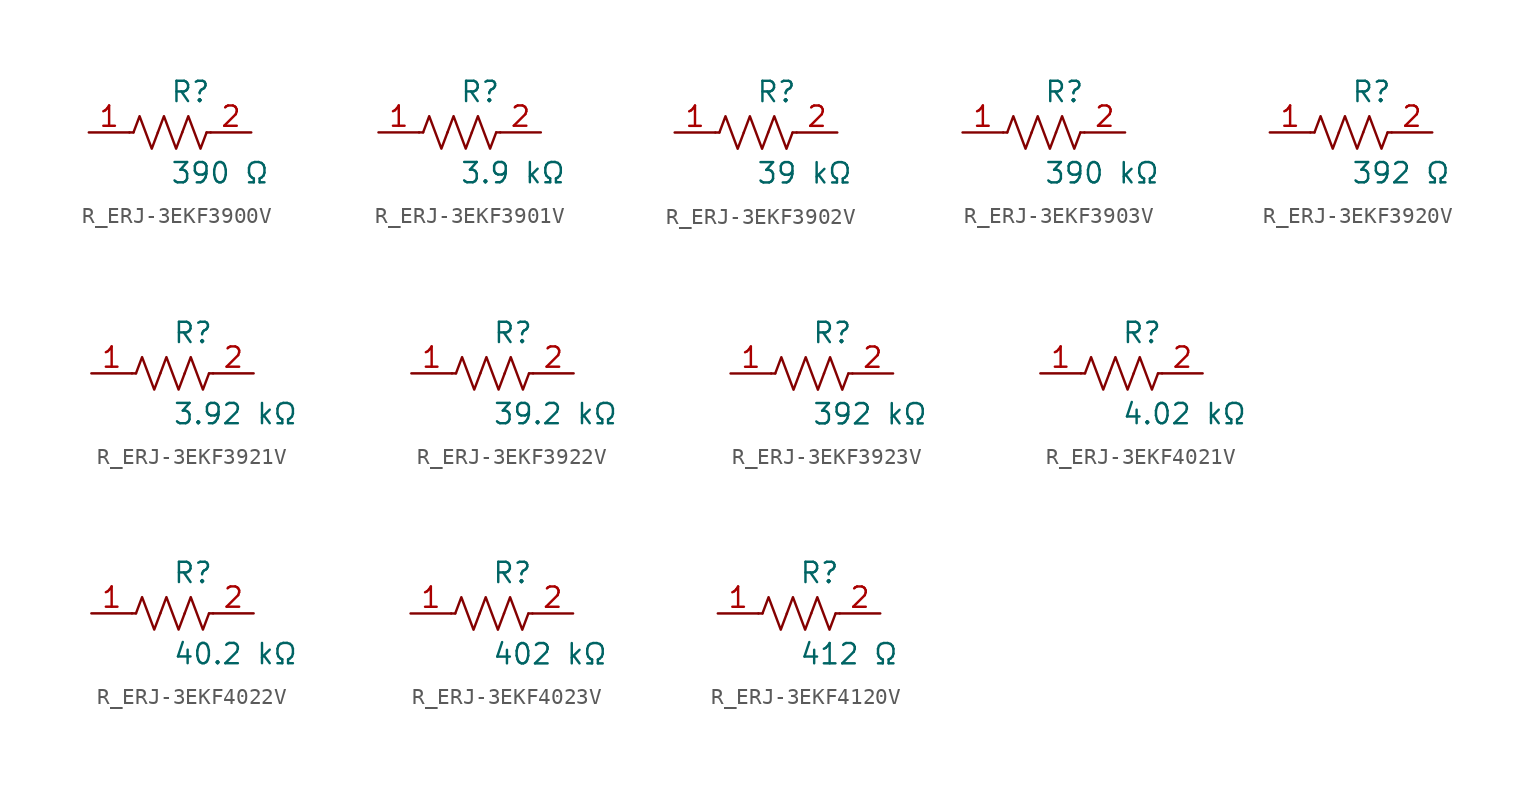
<source format=kicad_sym>
(kicad_symbol_lib
  (version 20231120)
  (generator kicad_symbol_editor)
  (generator_version 8.0)
  (symbol "R_ERJ-3EKF3900V"
    (pin_names
      (offset 0.254))
    (property "Reference" "R"
      (at 0.0 2.54 0)
      (effects (font (size 1.27 1.27)) (justify left)))
    (property "Value" "390 Ω"
      (at 0.0 -2.54 0)
      (effects (font (size 1.27 1.27)) (justify left)))
    (symbol "R_ERJ-3EKF3900V_0_1"
      (polyline (pts (xy 2.286 0) (xy 2.54 0)) (stroke (width 0) (type default)) (fill (type none)))
      (polyline (pts (xy -2.286 0) (xy -2.54 0)) (stroke (width 0) (type default)) (fill (type none)))
      (polyline (pts (xy 0.762 0) (xy 1.143 1.016) (xy 1.524 0) (xy 1.905 -1.016) (xy 2.286 0)) (stroke (width 0) (type default)) (fill (type none)))
      (polyline (pts (xy -0.762 0) (xy -0.381 1.016) (xy 0 0) (xy 0.381 -1.016) (xy 0.762 0)) (stroke (width 0) (type default)) (fill (type none)))
      (polyline (pts (xy -2.286 0) (xy -1.905 1.016) (xy -1.524 0) (xy -1.143 -1.016) (xy -0.762 0)) (stroke (width 0) (type default)) (fill (type none))))
    (pin unspecified line
      (at -5.08 0 0)
      (length 2.54)
      (name "" (effects (font (size 1.27 1.27))))
      (number "1" (effects (font (size 1.27 1.27)))))
    (pin unspecified line
      (at 5.08 0 180)
      (length 2.54)
      (name "" (effects (font (size 1.27 1.27))))
      (number "2" (effects (font (size 1.27 1.27))))))
  (symbol "R_ERJ-3EKF3901V"
    (pin_names
      (offset 0.254))
    (property "Reference" "R"
      (at 0.0 2.54 0)
      (effects (font (size 1.27 1.27)) (justify left)))
    (property "Value" "3.9 kΩ"
      (at 0.0 -2.54 0)
      (effects (font (size 1.27 1.27)) (justify left)))
    (symbol "R_ERJ-3EKF3901V_0_1"
      (polyline (pts (xy 2.286 0) (xy 2.54 0)) (stroke (width 0) (type default)) (fill (type none)))
      (polyline (pts (xy -2.286 0) (xy -2.54 0)) (stroke (width 0) (type default)) (fill (type none)))
      (polyline (pts (xy 0.762 0) (xy 1.143 1.016) (xy 1.524 0) (xy 1.905 -1.016) (xy 2.286 0)) (stroke (width 0) (type default)) (fill (type none)))
      (polyline (pts (xy -0.762 0) (xy -0.381 1.016) (xy 0 0) (xy 0.381 -1.016) (xy 0.762 0)) (stroke (width 0) (type default)) (fill (type none)))
      (polyline (pts (xy -2.286 0) (xy -1.905 1.016) (xy -1.524 0) (xy -1.143 -1.016) (xy -0.762 0)) (stroke (width 0) (type default)) (fill (type none))))
    (pin unspecified line
      (at -5.08 0 0)
      (length 2.54)
      (name "" (effects (font (size 1.27 1.27))))
      (number "1" (effects (font (size 1.27 1.27)))))
    (pin unspecified line
      (at 5.08 0 180)
      (length 2.54)
      (name "" (effects (font (size 1.27 1.27))))
      (number "2" (effects (font (size 1.27 1.27))))))
  (symbol "R_ERJ-3EKF3902V"
    (pin_names
      (offset 0.254))
    (property "Reference" "R"
      (at 0.0 2.54 0)
      (effects (font (size 1.27 1.27)) (justify left)))
    (property "Value" "39 kΩ"
      (at 0.0 -2.54 0)
      (effects (font (size 1.27 1.27)) (justify left)))
    (symbol "R_ERJ-3EKF3902V_0_1"
      (polyline (pts (xy 2.286 0) (xy 2.54 0)) (stroke (width 0) (type default)) (fill (type none)))
      (polyline (pts (xy -2.286 0) (xy -2.54 0)) (stroke (width 0) (type default)) (fill (type none)))
      (polyline (pts (xy 0.762 0) (xy 1.143 1.016) (xy 1.524 0) (xy 1.905 -1.016) (xy 2.286 0)) (stroke (width 0) (type default)) (fill (type none)))
      (polyline (pts (xy -0.762 0) (xy -0.381 1.016) (xy 0 0) (xy 0.381 -1.016) (xy 0.762 0)) (stroke (width 0) (type default)) (fill (type none)))
      (polyline (pts (xy -2.286 0) (xy -1.905 1.016) (xy -1.524 0) (xy -1.143 -1.016) (xy -0.762 0)) (stroke (width 0) (type default)) (fill (type none))))
    (pin unspecified line
      (at -5.08 0 0)
      (length 2.54)
      (name "" (effects (font (size 1.27 1.27))))
      (number "1" (effects (font (size 1.27 1.27)))))
    (pin unspecified line
      (at 5.08 0 180)
      (length 2.54)
      (name "" (effects (font (size 1.27 1.27))))
      (number "2" (effects (font (size 1.27 1.27))))))
  (symbol "R_ERJ-3EKF3903V"
    (pin_names
      (offset 0.254))
    (property "Reference" "R"
      (at 0.0 2.54 0)
      (effects (font (size 1.27 1.27)) (justify left)))
    (property "Value" "390 kΩ"
      (at 0.0 -2.54 0)
      (effects (font (size 1.27 1.27)) (justify left)))
    (symbol "R_ERJ-3EKF3903V_0_1"
      (polyline (pts (xy 2.286 0) (xy 2.54 0)) (stroke (width 0) (type default)) (fill (type none)))
      (polyline (pts (xy -2.286 0) (xy -2.54 0)) (stroke (width 0) (type default)) (fill (type none)))
      (polyline (pts (xy 0.762 0) (xy 1.143 1.016) (xy 1.524 0) (xy 1.905 -1.016) (xy 2.286 0)) (stroke (width 0) (type default)) (fill (type none)))
      (polyline (pts (xy -0.762 0) (xy -0.381 1.016) (xy 0 0) (xy 0.381 -1.016) (xy 0.762 0)) (stroke (width 0) (type default)) (fill (type none)))
      (polyline (pts (xy -2.286 0) (xy -1.905 1.016) (xy -1.524 0) (xy -1.143 -1.016) (xy -0.762 0)) (stroke (width 0) (type default)) (fill (type none))))
    (pin unspecified line
      (at -5.08 0 0)
      (length 2.54)
      (name "" (effects (font (size 1.27 1.27))))
      (number "1" (effects (font (size 1.27 1.27)))))
    (pin unspecified line
      (at 5.08 0 180)
      (length 2.54)
      (name "" (effects (font (size 1.27 1.27))))
      (number "2" (effects (font (size 1.27 1.27))))))
  (symbol "R_ERJ-3EKF3920V"
    (pin_names
      (offset 0.254))
    (property "Reference" "R"
      (at 0.0 2.54 0)
      (effects (font (size 1.27 1.27)) (justify left)))
    (property "Value" "392 Ω"
      (at 0.0 -2.54 0)
      (effects (font (size 1.27 1.27)) (justify left)))
    (symbol "R_ERJ-3EKF3920V_0_1"
      (polyline (pts (xy 2.286 0) (xy 2.54 0)) (stroke (width 0) (type default)) (fill (type none)))
      (polyline (pts (xy -2.286 0) (xy -2.54 0)) (stroke (width 0) (type default)) (fill (type none)))
      (polyline (pts (xy 0.762 0) (xy 1.143 1.016) (xy 1.524 0) (xy 1.905 -1.016) (xy 2.286 0)) (stroke (width 0) (type default)) (fill (type none)))
      (polyline (pts (xy -0.762 0) (xy -0.381 1.016) (xy 0 0) (xy 0.381 -1.016) (xy 0.762 0)) (stroke (width 0) (type default)) (fill (type none)))
      (polyline (pts (xy -2.286 0) (xy -1.905 1.016) (xy -1.524 0) (xy -1.143 -1.016) (xy -0.762 0)) (stroke (width 0) (type default)) (fill (type none))))
    (pin unspecified line
      (at -5.08 0 0)
      (length 2.54)
      (name "" (effects (font (size 1.27 1.27))))
      (number "1" (effects (font (size 1.27 1.27)))))
    (pin unspecified line
      (at 5.08 0 180)
      (length 2.54)
      (name "" (effects (font (size 1.27 1.27))))
      (number "2" (effects (font (size 1.27 1.27))))))
  (symbol "R_ERJ-3EKF3921V"
    (pin_names
      (offset 0.254))
    (property "Reference" "R"
      (at 0.0 2.54 0)
      (effects (font (size 1.27 1.27)) (justify left)))
    (property "Value" "3.92 kΩ"
      (at 0.0 -2.54 0)
      (effects (font (size 1.27 1.27)) (justify left)))
    (symbol "R_ERJ-3EKF3921V_0_1"
      (polyline (pts (xy 2.286 0) (xy 2.54 0)) (stroke (width 0) (type default)) (fill (type none)))
      (polyline (pts (xy -2.286 0) (xy -2.54 0)) (stroke (width 0) (type default)) (fill (type none)))
      (polyline (pts (xy 0.762 0) (xy 1.143 1.016) (xy 1.524 0) (xy 1.905 -1.016) (xy 2.286 0)) (stroke (width 0) (type default)) (fill (type none)))
      (polyline (pts (xy -0.762 0) (xy -0.381 1.016) (xy 0 0) (xy 0.381 -1.016) (xy 0.762 0)) (stroke (width 0) (type default)) (fill (type none)))
      (polyline (pts (xy -2.286 0) (xy -1.905 1.016) (xy -1.524 0) (xy -1.143 -1.016) (xy -0.762 0)) (stroke (width 0) (type default)) (fill (type none))))
    (pin unspecified line
      (at -5.08 0 0)
      (length 2.54)
      (name "" (effects (font (size 1.27 1.27))))
      (number "1" (effects (font (size 1.27 1.27)))))
    (pin unspecified line
      (at 5.08 0 180)
      (length 2.54)
      (name "" (effects (font (size 1.27 1.27))))
      (number "2" (effects (font (size 1.27 1.27))))))
  (symbol "R_ERJ-3EKF3922V"
    (pin_names
      (offset 0.254))
    (property "Reference" "R"
      (at 0.0 2.54 0)
      (effects (font (size 1.27 1.27)) (justify left)))
    (property "Value" "39.2 kΩ"
      (at 0.0 -2.54 0)
      (effects (font (size 1.27 1.27)) (justify left)))
    (symbol "R_ERJ-3EKF3922V_0_1"
      (polyline (pts (xy 2.286 0) (xy 2.54 0)) (stroke (width 0) (type default)) (fill (type none)))
      (polyline (pts (xy -2.286 0) (xy -2.54 0)) (stroke (width 0) (type default)) (fill (type none)))
      (polyline (pts (xy 0.762 0) (xy 1.143 1.016) (xy 1.524 0) (xy 1.905 -1.016) (xy 2.286 0)) (stroke (width 0) (type default)) (fill (type none)))
      (polyline (pts (xy -0.762 0) (xy -0.381 1.016) (xy 0 0) (xy 0.381 -1.016) (xy 0.762 0)) (stroke (width 0) (type default)) (fill (type none)))
      (polyline (pts (xy -2.286 0) (xy -1.905 1.016) (xy -1.524 0) (xy -1.143 -1.016) (xy -0.762 0)) (stroke (width 0) (type default)) (fill (type none))))
    (pin unspecified line
      (at -5.08 0 0)
      (length 2.54)
      (name "" (effects (font (size 1.27 1.27))))
      (number "1" (effects (font (size 1.27 1.27)))))
    (pin unspecified line
      (at 5.08 0 180)
      (length 2.54)
      (name "" (effects (font (size 1.27 1.27))))
      (number "2" (effects (font (size 1.27 1.27))))))
  (symbol "R_ERJ-3EKF3923V"
    (pin_names
      (offset 0.254))
    (property "Reference" "R"
      (at 0.0 2.54 0)
      (effects (font (size 1.27 1.27)) (justify left)))
    (property "Value" "392 kΩ"
      (at 0.0 -2.54 0)
      (effects (font (size 1.27 1.27)) (justify left)))
    (symbol "R_ERJ-3EKF3923V_0_1"
      (polyline (pts (xy 2.286 0) (xy 2.54 0)) (stroke (width 0) (type default)) (fill (type none)))
      (polyline (pts (xy -2.286 0) (xy -2.54 0)) (stroke (width 0) (type default)) (fill (type none)))
      (polyline (pts (xy 0.762 0) (xy 1.143 1.016) (xy 1.524 0) (xy 1.905 -1.016) (xy 2.286 0)) (stroke (width 0) (type default)) (fill (type none)))
      (polyline (pts (xy -0.762 0) (xy -0.381 1.016) (xy 0 0) (xy 0.381 -1.016) (xy 0.762 0)) (stroke (width 0) (type default)) (fill (type none)))
      (polyline (pts (xy -2.286 0) (xy -1.905 1.016) (xy -1.524 0) (xy -1.143 -1.016) (xy -0.762 0)) (stroke (width 0) (type default)) (fill (type none))))
    (pin unspecified line
      (at -5.08 0 0)
      (length 2.54)
      (name "" (effects (font (size 1.27 1.27))))
      (number "1" (effects (font (size 1.27 1.27)))))
    (pin unspecified line
      (at 5.08 0 180)
      (length 2.54)
      (name "" (effects (font (size 1.27 1.27))))
      (number "2" (effects (font (size 1.27 1.27))))))
  (symbol "R_ERJ-3EKF4021V"
    (pin_names
      (offset 0.254))
    (property "Reference" "R"
      (at 0.0 2.54 0)
      (effects (font (size 1.27 1.27)) (justify left)))
    (property "Value" "4.02 kΩ"
      (at 0.0 -2.54 0)
      (effects (font (size 1.27 1.27)) (justify left)))
    (symbol "R_ERJ-3EKF4021V_0_1"
      (polyline (pts (xy 2.286 0) (xy 2.54 0)) (stroke (width 0) (type default)) (fill (type none)))
      (polyline (pts (xy -2.286 0) (xy -2.54 0)) (stroke (width 0) (type default)) (fill (type none)))
      (polyline (pts (xy 0.762 0) (xy 1.143 1.016) (xy 1.524 0) (xy 1.905 -1.016) (xy 2.286 0)) (stroke (width 0) (type default)) (fill (type none)))
      (polyline (pts (xy -0.762 0) (xy -0.381 1.016) (xy 0 0) (xy 0.381 -1.016) (xy 0.762 0)) (stroke (width 0) (type default)) (fill (type none)))
      (polyline (pts (xy -2.286 0) (xy -1.905 1.016) (xy -1.524 0) (xy -1.143 -1.016) (xy -0.762 0)) (stroke (width 0) (type default)) (fill (type none))))
    (pin unspecified line
      (at -5.08 0 0)
      (length 2.54)
      (name "" (effects (font (size 1.27 1.27))))
      (number "1" (effects (font (size 1.27 1.27)))))
    (pin unspecified line
      (at 5.08 0 180)
      (length 2.54)
      (name "" (effects (font (size 1.27 1.27))))
      (number "2" (effects (font (size 1.27 1.27))))))
  (symbol "R_ERJ-3EKF4022V"
    (pin_names
      (offset 0.254))
    (property "Reference" "R"
      (at 0.0 2.54 0)
      (effects (font (size 1.27 1.27)) (justify left)))
    (property "Value" "40.2 kΩ"
      (at 0.0 -2.54 0)
      (effects (font (size 1.27 1.27)) (justify left)))
    (symbol "R_ERJ-3EKF4022V_0_1"
      (polyline (pts (xy 2.286 0) (xy 2.54 0)) (stroke (width 0) (type default)) (fill (type none)))
      (polyline (pts (xy -2.286 0) (xy -2.54 0)) (stroke (width 0) (type default)) (fill (type none)))
      (polyline (pts (xy 0.762 0) (xy 1.143 1.016) (xy 1.524 0) (xy 1.905 -1.016) (xy 2.286 0)) (stroke (width 0) (type default)) (fill (type none)))
      (polyline (pts (xy -0.762 0) (xy -0.381 1.016) (xy 0 0) (xy 0.381 -1.016) (xy 0.762 0)) (stroke (width 0) (type default)) (fill (type none)))
      (polyline (pts (xy -2.286 0) (xy -1.905 1.016) (xy -1.524 0) (xy -1.143 -1.016) (xy -0.762 0)) (stroke (width 0) (type default)) (fill (type none))))
    (pin unspecified line
      (at -5.08 0 0)
      (length 2.54)
      (name "" (effects (font (size 1.27 1.27))))
      (number "1" (effects (font (size 1.27 1.27)))))
    (pin unspecified line
      (at 5.08 0 180)
      (length 2.54)
      (name "" (effects (font (size 1.27 1.27))))
      (number "2" (effects (font (size 1.27 1.27))))))
  (symbol "R_ERJ-3EKF4023V"
    (pin_names
      (offset 0.254))
    (property "Reference" "R"
      (at 0.0 2.54 0)
      (effects (font (size 1.27 1.27)) (justify left)))
    (property "Value" "402 kΩ"
      (at 0.0 -2.54 0)
      (effects (font (size 1.27 1.27)) (justify left)))
    (symbol "R_ERJ-3EKF4023V_0_1"
      (polyline (pts (xy 2.286 0) (xy 2.54 0)) (stroke (width 0) (type default)) (fill (type none)))
      (polyline (pts (xy -2.286 0) (xy -2.54 0)) (stroke (width 0) (type default)) (fill (type none)))
      (polyline (pts (xy 0.762 0) (xy 1.143 1.016) (xy 1.524 0) (xy 1.905 -1.016) (xy 2.286 0)) (stroke (width 0) (type default)) (fill (type none)))
      (polyline (pts (xy -0.762 0) (xy -0.381 1.016) (xy 0 0) (xy 0.381 -1.016) (xy 0.762 0)) (stroke (width 0) (type default)) (fill (type none)))
      (polyline (pts (xy -2.286 0) (xy -1.905 1.016) (xy -1.524 0) (xy -1.143 -1.016) (xy -0.762 0)) (stroke (width 0) (type default)) (fill (type none))))
    (pin unspecified line
      (at -5.08 0 0)
      (length 2.54)
      (name "" (effects (font (size 1.27 1.27))))
      (number "1" (effects (font (size 1.27 1.27)))))
    (pin unspecified line
      (at 5.08 0 180)
      (length 2.54)
      (name "" (effects (font (size 1.27 1.27))))
      (number "2" (effects (font (size 1.27 1.27))))))
  (symbol "R_ERJ-3EKF4120V"
    (pin_names
      (offset 0.254))
    (property "Reference" "R"
      (at 0.0 2.54 0)
      (effects (font (size 1.27 1.27)) (justify left)))
    (property "Value" "412 Ω"
      (at 0.0 -2.54 0)
      (effects (font (size 1.27 1.27)) (justify left)))
    (symbol "R_ERJ-3EKF4120V_0_1"
      (polyline (pts (xy 2.286 0) (xy 2.54 0)) (stroke (width 0) (type default)) (fill (type none)))
      (polyline (pts (xy -2.286 0) (xy -2.54 0)) (stroke (width 0) (type default)) (fill (type none)))
      (polyline (pts (xy 0.762 0) (xy 1.143 1.016) (xy 1.524 0) (xy 1.905 -1.016) (xy 2.286 0)) (stroke (width 0) (type default)) (fill (type none)))
      (polyline (pts (xy -0.762 0) (xy -0.381 1.016) (xy 0 0) (xy 0.381 -1.016) (xy 0.762 0)) (stroke (width 0) (type default)) (fill (type none)))
      (polyline (pts (xy -2.286 0) (xy -1.905 1.016) (xy -1.524 0) (xy -1.143 -1.016) (xy -0.762 0)) (stroke (width 0) (type default)) (fill (type none))))
    (pin unspecified line
      (at -5.08 0 0)
      (length 2.54)
      (name "" (effects (font (size 1.27 1.27))))
      (number "1" (effects (font (size 1.27 1.27)))))
    (pin unspecified line
      (at 5.08 0 180)
      (length 2.54)
      (name "" (effects (font (size 1.27 1.27))))
      (number "2" (effects (font (size 1.27 1.27)))))))
</source>
